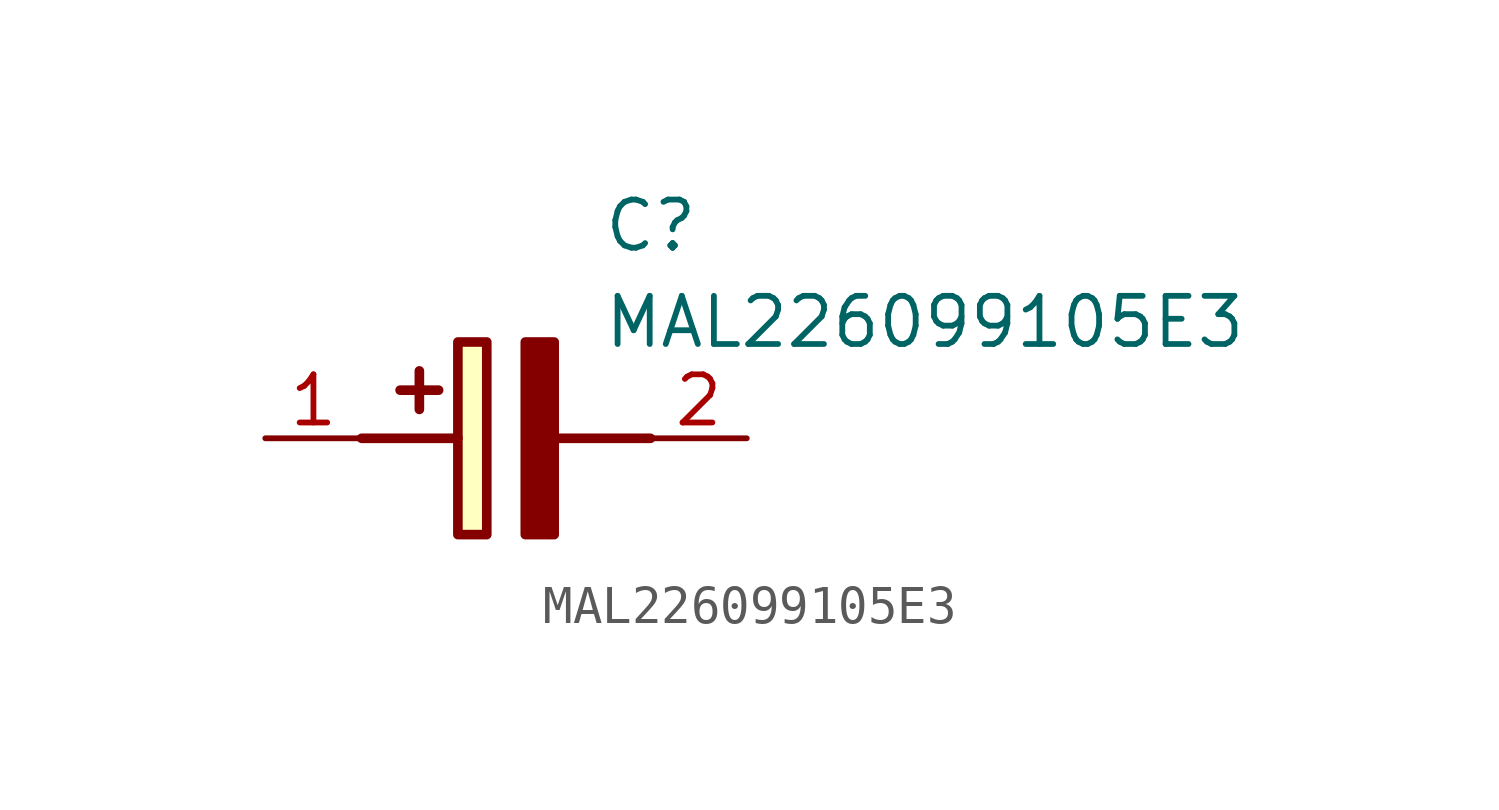
<source format=kicad_sym>
(kicad_symbol_lib
  (version 20211014)
  (generator SamacSys_ECAD_Model)
  (symbol "MAL226099105E3"
    (pin_names hide)
    (property "Reference" "C"
      (at 8.89 6.35 0)
      (effects (font (size 1.27 1.27)) (justify left top)))
    (property "Value" "MAL226099105E3"
      (at 8.89 3.81 0)
      (effects (font (size 1.27 1.27)) (justify left top)))
    (rectangle
      (start 5.08 2.54)
      (end 5.842 -2.54)
      (stroke (width 0.254) (type default))
      (fill (type background)))
    (polyline
      (pts (xy 4.572 1.27) (xy 3.556 1.27))
      (stroke (width 0.254) (type default))
      (fill (type none)))
    (polyline
      (pts (xy 4.064 1.778) (xy 4.064 0.762))
      (stroke (width 0.254) (type default))
      (fill (type none)))
    (polyline
      (pts (xy 2.54 0) (xy 5.08 0))
      (stroke (width 0.254) (type default))
      (fill (type none)))
    (polyline
      (pts (xy 7.62 0) (xy 10.16 0))
      (stroke (width 0.254) (type default))
      (fill (type none)))
    (polyline
      (pts (xy 7.62 2.54) (xy 7.62 -2.54) (xy 6.858 -2.54) (xy 6.858 2.54) (xy 7.62 2.54))
      (stroke (width 0.254) (type default))
      (fill (type outline)))
    (pin passive line
      (at 0 0 0)
      (length 2.54)
      (name "+" (effects (font (size 1.27 1.27))))
      (number "1" (effects (font (size 1.27 1.27)))))
    (pin passive line
      (at 12.7 0 180)
      (length 2.54)
      (name "-" (effects (font (size 1.27 1.27))))
      (number "2" (effects (font (size 1.27 1.27)))))))
</source>
